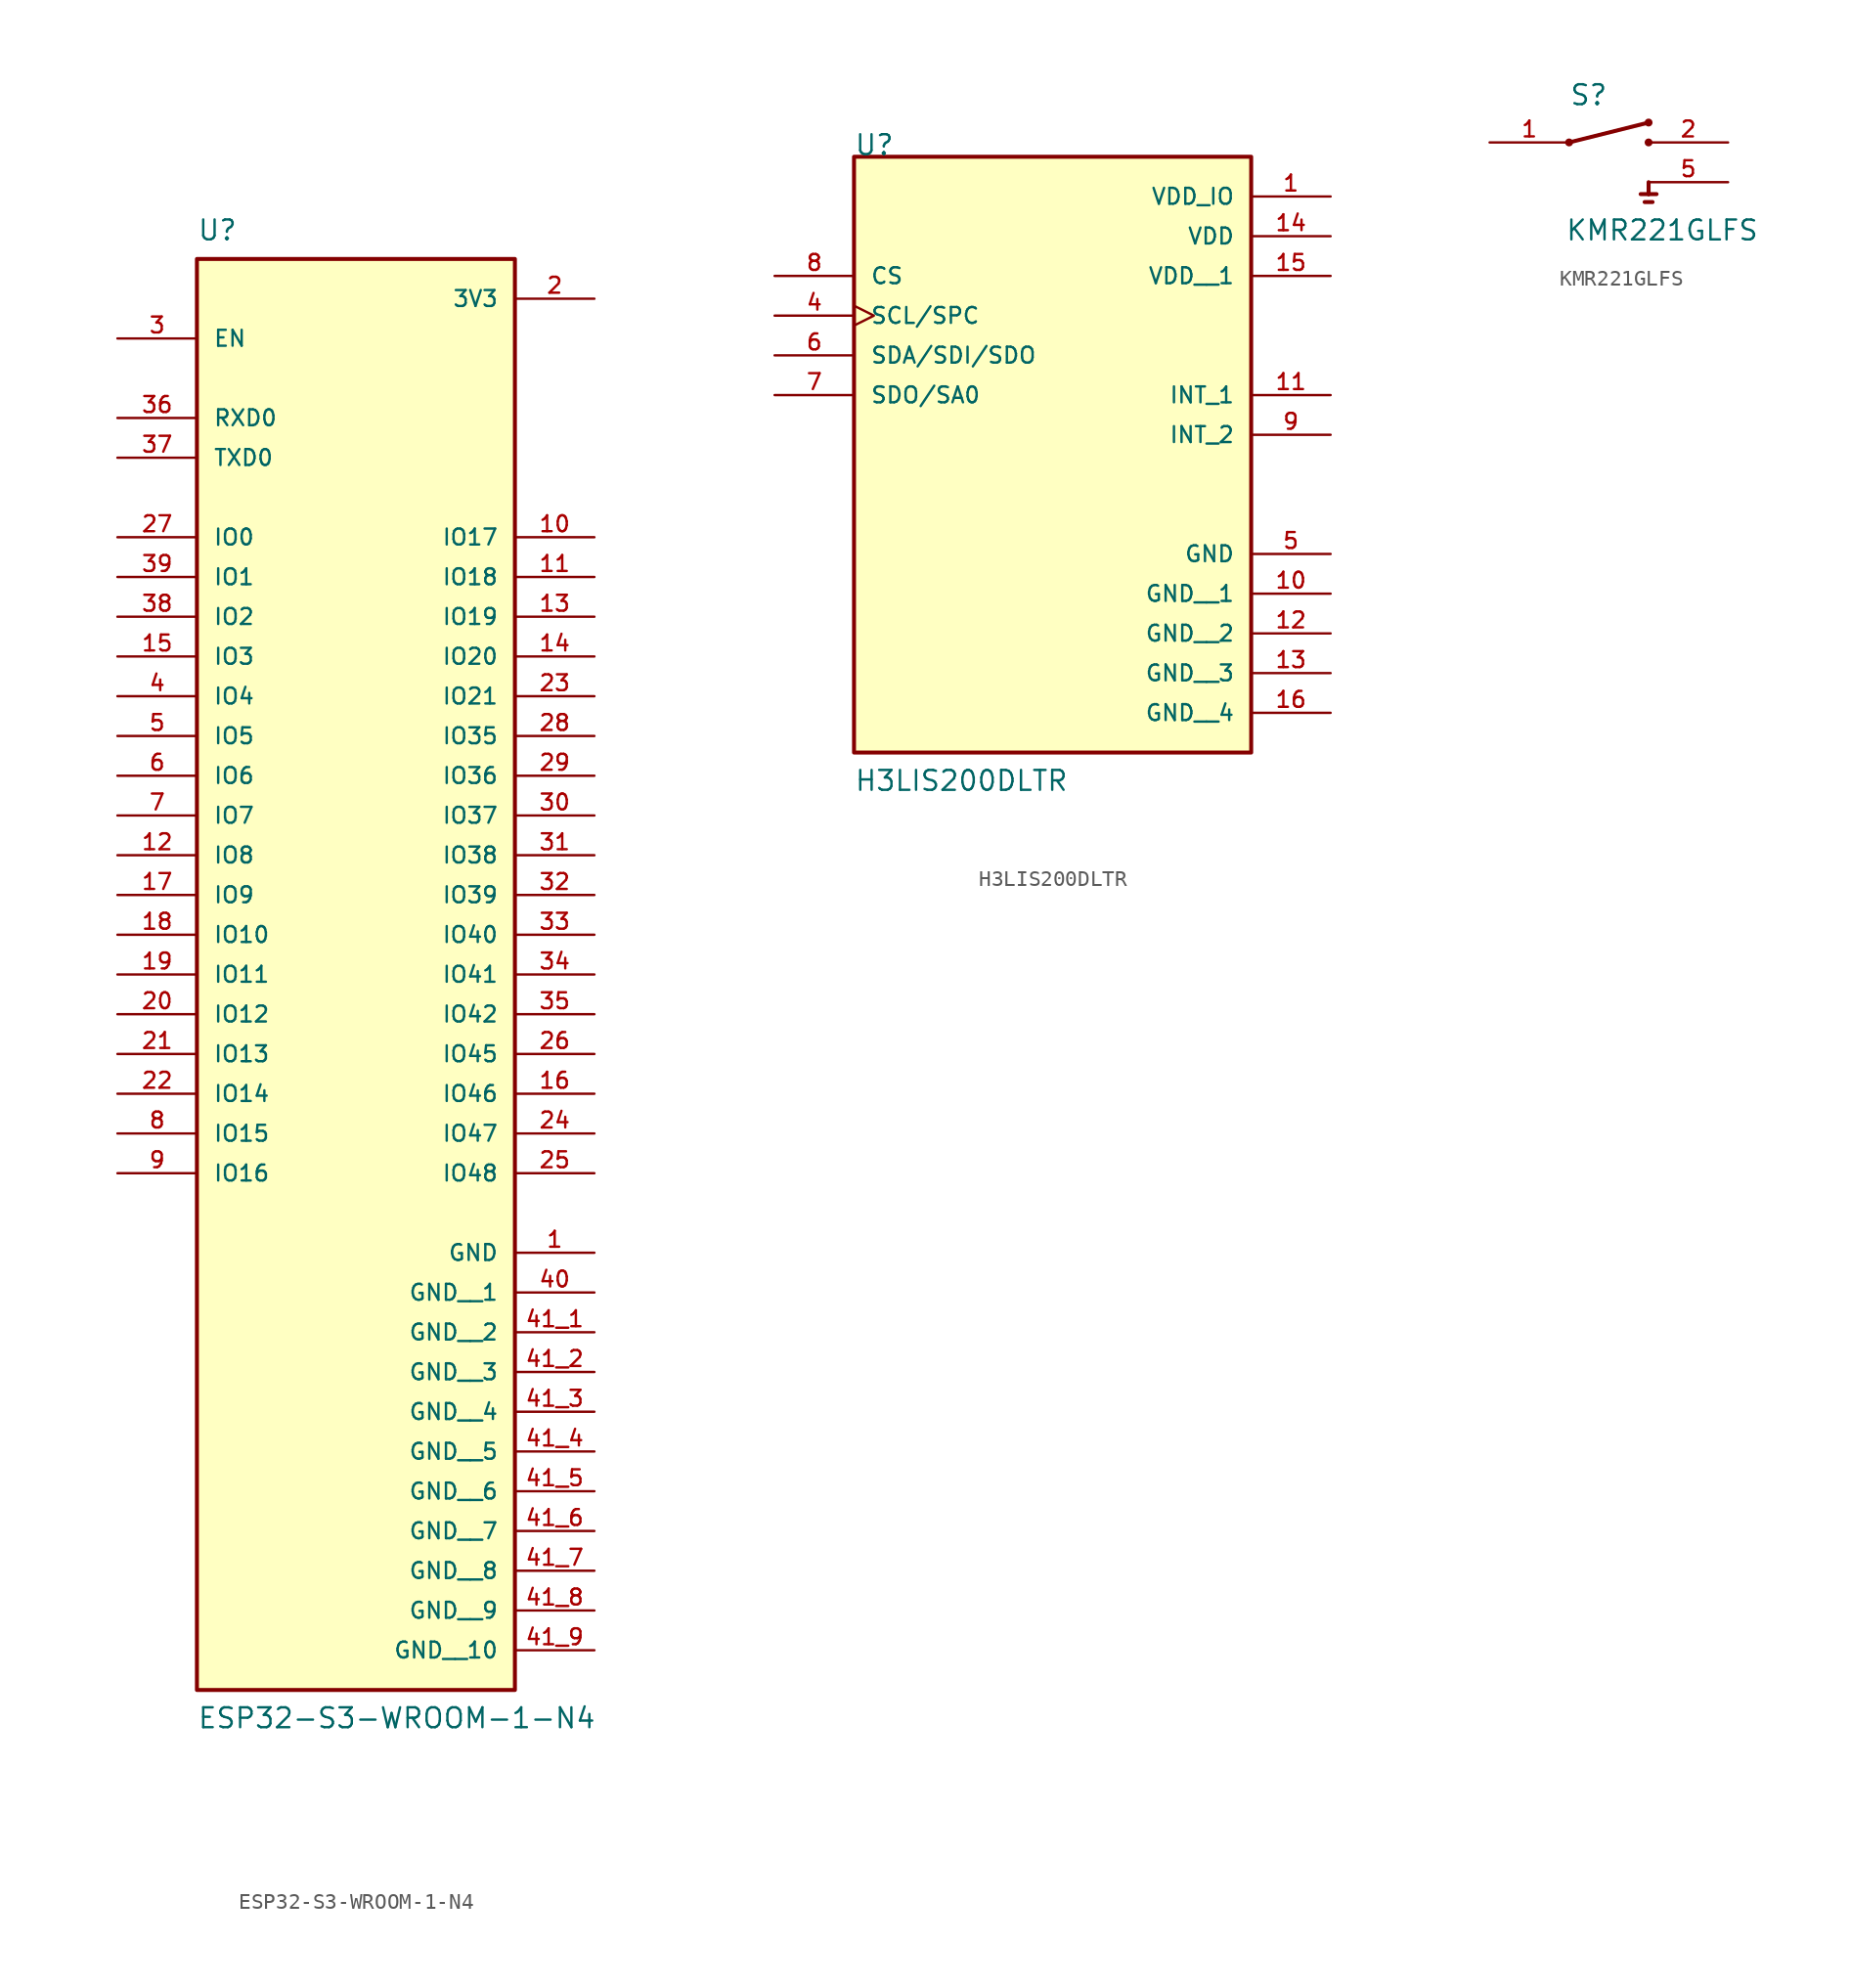
<source format=kicad_sym>
(kicad_symbol_lib
  (version 20241209)
  (generator "kicad_symbol_editor")
  (generator_version "9.0")
  (symbol "ESP32-S3-WROOM-1-N4"
    (pin_names
      (offset 1.016))
    (property "Reference" "U"
      (at -10.16 34.112 0)
      (effects (font (size 1.27 1.27)) (justify left bottom)))
    (property "Value" "ESP32-S3-WROOM-1-N4"
      (at -10.16 -60.96 0)
      (effects (font (size 1.27 1.27)) (justify left bottom)))
    (symbol "ESP32-S3-WROOM-1-N4_0_0"
      (rectangle (start -10.16 -58.42) (end 10.16 33.02) (stroke (width 0.254) (type default)) (fill (type background)))
      (pin input line (at -15.24 27.94 0) (length 5.08) (name "EN" (effects (font (size 1.016 1.016)))) (number "3" (effects (font (size 1.016 1.016)))))
      (pin bidirectional line (at -15.24 22.86 0) (length 5.08) (name "RXD0" (effects (font (size 1.016 1.016)))) (number "36" (effects (font (size 1.016 1.016)))))
      (pin bidirectional line (at -15.24 20.32 0) (length 5.08) (name "TXD0" (effects (font (size 1.016 1.016)))) (number "37" (effects (font (size 1.016 1.016)))))
      (pin bidirectional line (at -15.24 15.24 0) (length 5.08) (name "IO0" (effects (font (size 1.016 1.016)))) (number "27" (effects (font (size 1.016 1.016)))))
      (pin bidirectional line (at -15.24 12.7 0) (length 5.08) (name "IO1" (effects (font (size 1.016 1.016)))) (number "39" (effects (font (size 1.016 1.016)))))
      (pin bidirectional line (at -15.24 10.16 0) (length 5.08) (name "IO2" (effects (font (size 1.016 1.016)))) (number "38" (effects (font (size 1.016 1.016)))))
      (pin bidirectional line (at -15.24 7.62 0) (length 5.08) (name "IO3" (effects (font (size 1.016 1.016)))) (number "15" (effects (font (size 1.016 1.016)))))
      (pin bidirectional line (at -15.24 5.08 0) (length 5.08) (name "IO4" (effects (font (size 1.016 1.016)))) (number "4" (effects (font (size 1.016 1.016)))))
      (pin bidirectional line (at -15.24 2.54 0) (length 5.08) (name "IO5" (effects (font (size 1.016 1.016)))) (number "5" (effects (font (size 1.016 1.016)))))
      (pin bidirectional line (at -15.24 0 0) (length 5.08) (name "IO6" (effects (font (size 1.016 1.016)))) (number "6" (effects (font (size 1.016 1.016)))))
      (pin bidirectional line (at -15.24 -2.54 0) (length 5.08) (name "IO7" (effects (font (size 1.016 1.016)))) (number "7" (effects (font (size 1.016 1.016)))))
      (pin bidirectional line (at -15.24 -5.08 0) (length 5.08) (name "IO8" (effects (font (size 1.016 1.016)))) (number "12" (effects (font (size 1.016 1.016)))))
      (pin bidirectional line (at -15.24 -7.62 0) (length 5.08) (name "IO9" (effects (font (size 1.016 1.016)))) (number "17" (effects (font (size 1.016 1.016)))))
      (pin bidirectional line (at -15.24 -10.16 0) (length 5.08) (name "IO10" (effects (font (size 1.016 1.016)))) (number "18" (effects (font (size 1.016 1.016)))))
      (pin bidirectional line (at -15.24 -12.7 0) (length 5.08) (name "IO11" (effects (font (size 1.016 1.016)))) (number "19" (effects (font (size 1.016 1.016)))))
      (pin bidirectional line (at -15.24 -15.24 0) (length 5.08) (name "IO12" (effects (font (size 1.016 1.016)))) (number "20" (effects (font (size 1.016 1.016)))))
      (pin bidirectional line (at -15.24 -17.78 0) (length 5.08) (name "IO13" (effects (font (size 1.016 1.016)))) (number "21" (effects (font (size 1.016 1.016)))))
      (pin bidirectional line (at -15.24 -20.32 0) (length 5.08) (name "IO14" (effects (font (size 1.016 1.016)))) (number "22" (effects (font (size 1.016 1.016)))))
      (pin bidirectional line (at -15.24 -22.86 0) (length 5.08) (name "IO15" (effects (font (size 1.016 1.016)))) (number "8" (effects (font (size 1.016 1.016)))))
      (pin bidirectional line (at -15.24 -25.4 0) (length 5.08) (name "IO16" (effects (font (size 1.016 1.016)))) (number "9" (effects (font (size 1.016 1.016)))))
      (pin power_in line (at 15.24 30.48 180) (length 5.08) (name "3V3" (effects (font (size 1.016 1.016)))) (number "2" (effects (font (size 1.016 1.016)))))
      (pin bidirectional line (at 15.24 15.24 180) (length 5.08) (name "IO17" (effects (font (size 1.016 1.016)))) (number "10" (effects (font (size 1.016 1.016)))))
      (pin bidirectional line (at 15.24 12.7 180) (length 5.08) (name "IO18" (effects (font (size 1.016 1.016)))) (number "11" (effects (font (size 1.016 1.016)))))
      (pin bidirectional line (at 15.24 10.16 180) (length 5.08) (name "IO19" (effects (font (size 1.016 1.016)))) (number "13" (effects (font (size 1.016 1.016)))))
      (pin bidirectional line (at 15.24 7.62 180) (length 5.08) (name "IO20" (effects (font (size 1.016 1.016)))) (number "14" (effects (font (size 1.016 1.016)))))
      (pin bidirectional line (at 15.24 5.08 180) (length 5.08) (name "IO21" (effects (font (size 1.016 1.016)))) (number "23" (effects (font (size 1.016 1.016)))))
      (pin bidirectional line (at 15.24 2.54 180) (length 5.08) (name "IO35" (effects (font (size 1.016 1.016)))) (number "28" (effects (font (size 1.016 1.016)))))
      (pin bidirectional line (at 15.24 0 180) (length 5.08) (name "IO36" (effects (font (size 1.016 1.016)))) (number "29" (effects (font (size 1.016 1.016)))))
      (pin bidirectional line (at 15.24 -2.54 180) (length 5.08) (name "IO37" (effects (font (size 1.016 1.016)))) (number "30" (effects (font (size 1.016 1.016)))))
      (pin bidirectional line (at 15.24 -5.08 180) (length 5.08) (name "IO38" (effects (font (size 1.016 1.016)))) (number "31" (effects (font (size 1.016 1.016)))))
      (pin bidirectional line (at 15.24 -7.62 180) (length 5.08) (name "IO39" (effects (font (size 1.016 1.016)))) (number "32" (effects (font (size 1.016 1.016)))))
      (pin bidirectional line (at 15.24 -10.16 180) (length 5.08) (name "IO40" (effects (font (size 1.016 1.016)))) (number "33" (effects (font (size 1.016 1.016)))))
      (pin bidirectional line (at 15.24 -12.7 180) (length 5.08) (name "IO41" (effects (font (size 1.016 1.016)))) (number "34" (effects (font (size 1.016 1.016)))))
      (pin bidirectional line (at 15.24 -15.24 180) (length 5.08) (name "IO42" (effects (font (size 1.016 1.016)))) (number "35" (effects (font (size 1.016 1.016)))))
      (pin bidirectional line (at 15.24 -17.78 180) (length 5.08) (name "IO45" (effects (font (size 1.016 1.016)))) (number "26" (effects (font (size 1.016 1.016)))))
      (pin bidirectional line (at 15.24 -20.32 180) (length 5.08) (name "IO46" (effects (font (size 1.016 1.016)))) (number "16" (effects (font (size 1.016 1.016)))))
      (pin bidirectional line (at 15.24 -22.86 180) (length 5.08) (name "IO47" (effects (font (size 1.016 1.016)))) (number "24" (effects (font (size 1.016 1.016)))))
      (pin bidirectional line (at 15.24 -25.4 180) (length 5.08) (name "IO48" (effects (font (size 1.016 1.016)))) (number "25" (effects (font (size 1.016 1.016)))))
      (pin power_in line (at 15.24 -30.48 180) (length 5.08) (name "GND" (effects (font (size 1.016 1.016)))) (number "1" (effects (font (size 1.016 1.016)))))
      (pin power_in line (at 15.24 -33.02 180) (length 5.08) (name "GND__1" (effects (font (size 1.016 1.016)))) (number "40" (effects (font (size 1.016 1.016)))))
      (pin power_in line (at 15.24 -35.56 180) (length 5.08) (name "GND__2" (effects (font (size 1.016 1.016)))) (number "41_1" (effects (font (size 1.016 1.016)))))
      (pin power_in line (at 15.24 -38.1 180) (length 5.08) (name "GND__3" (effects (font (size 1.016 1.016)))) (number "41_2" (effects (font (size 1.016 1.016)))))
      (pin power_in line (at 15.24 -40.64 180) (length 5.08) (name "GND__4" (effects (font (size 1.016 1.016)))) (number "41_3" (effects (font (size 1.016 1.016)))))
      (pin power_in line (at 15.24 -43.18 180) (length 5.08) (name "GND__5" (effects (font (size 1.016 1.016)))) (number "41_4" (effects (font (size 1.016 1.016)))))
      (pin power_in line (at 15.24 -45.72 180) (length 5.08) (name "GND__6" (effects (font (size 1.016 1.016)))) (number "41_5" (effects (font (size 1.016 1.016)))))
      (pin power_in line (at 15.24 -48.26 180) (length 5.08) (name "GND__7" (effects (font (size 1.016 1.016)))) (number "41_6" (effects (font (size 1.016 1.016)))))
      (pin power_in line (at 15.24 -50.8 180) (length 5.08) (name "GND__8" (effects (font (size 1.016 1.016)))) (number "41_7" (effects (font (size 1.016 1.016)))))
      (pin power_in line (at 15.24 -53.34 180) (length 5.08) (name "GND__9" (effects (font (size 1.016 1.016)))) (number "41_8" (effects (font (size 1.016 1.016)))))
      (pin power_in line (at 15.24 -55.88 180) (length 5.08) (name "GND__10" (effects (font (size 1.016 1.016)))) (number "41_9" (effects (font (size 1.016 1.016)))))))
  (symbol "H3LIS200DLTR"
    (pin_names
      (offset 1.016))
    (property "Reference" "U"
      (at -12.709 12.709 0)
      (effects (font (size 1.27 1.27)) (justify left bottom)))
    (property "Value" "H3LIS200DLTR"
      (at -12.704 -27.945 0)
      (effects (font (size 1.27 1.27)) (justify left bottom)))
    (symbol "H3LIS200DLTR_0_0"
      (rectangle (start -12.7 -25.4) (end 12.7 12.7) (stroke (width 0.254) (type default)) (fill (type background)))
      (pin input line (at -17.78 5.08 0) (length 5.08) (name "CS" (effects (font (size 1.016 1.016)))) (number "8" (effects (font (size 1.016 1.016)))))
      (pin input clock (at -17.78 2.54 0) (length 5.08) (name "SCL/SPC" (effects (font (size 1.016 1.016)))) (number "4" (effects (font (size 1.016 1.016)))))
      (pin bidirectional line (at -17.78 0 0) (length 5.08) (name "SDA/SDI/SDO" (effects (font (size 1.016 1.016)))) (number "6" (effects (font (size 1.016 1.016)))))
      (pin output line (at -17.78 -2.54 0) (length 5.08) (name "SDO/SA0" (effects (font (size 1.016 1.016)))) (number "7" (effects (font (size 1.016 1.016)))))
      (pin power_in line (at 17.78 10.16 180) (length 5.08) (name "VDD_IO" (effects (font (size 1.016 1.016)))) (number "1" (effects (font (size 1.016 1.016)))))
      (pin power_in line (at 17.78 7.62 180) (length 5.08) (name "VDD" (effects (font (size 1.016 1.016)))) (number "14" (effects (font (size 1.016 1.016)))))
      (pin power_in line (at 17.78 5.08 180) (length 5.08) (name "VDD__1" (effects (font (size 1.016 1.016)))) (number "15" (effects (font (size 1.016 1.016)))))
      (pin output line (at 17.78 -2.54 180) (length 5.08) (name "INT_1" (effects (font (size 1.016 1.016)))) (number "11" (effects (font (size 1.016 1.016)))))
      (pin output line (at 17.78 -5.08 180) (length 5.08) (name "INT_2" (effects (font (size 1.016 1.016)))) (number "9" (effects (font (size 1.016 1.016)))))
      (pin power_in line (at 17.78 -12.7 180) (length 5.08) (name "GND" (effects (font (size 1.016 1.016)))) (number "5" (effects (font (size 1.016 1.016)))))
      (pin power_in line (at 17.78 -15.24 180) (length 5.08) (name "GND__1" (effects (font (size 1.016 1.016)))) (number "10" (effects (font (size 1.016 1.016)))))
      (pin power_in line (at 17.78 -17.78 180) (length 5.08) (name "GND__2" (effects (font (size 1.016 1.016)))) (number "12" (effects (font (size 1.016 1.016)))))
      (pin power_in line (at 17.78 -20.32 180) (length 5.08) (name "GND__3" (effects (font (size 1.016 1.016)))) (number "13" (effects (font (size 1.016 1.016)))))
      (pin power_in line (at 17.78 -22.86 180) (length 5.08) (name "GND__4" (effects (font (size 1.016 1.016)))) (number "16" (effects (font (size 1.016 1.016)))))))
  (symbol "KMR221GLFS"
    (pin_names
      (offset 1.016))
    (property "Reference" "S"
      (at -2.54 2.286 0)
      (effects (font (size 1.27 1.27)) (justify left bottom)))
    (property "Value" "KMR221GLFS"
      (at -2.797 -6.358 0)
      (effects (font (size 1.27 1.27)) (justify left bottom)))
    (symbol "KMR221GLFS_0_0"
      (circle (center -2.54 0) (radius 0.127) (stroke (width 0.254) (type default)) (fill (type none)))
      (polyline (pts (xy -2.54 0) (xy 2.54 1.27)) (stroke (width 0.254) (type default)) (fill (type none)))
      (polyline (pts (xy 2.286 -3.81) (xy 2.794 -3.81)) (stroke (width 0.254) (type default)) (fill (type none)))
      (circle (center 2.54 1.27) (radius 0.127) (stroke (width 0.254) (type default)) (fill (type none)))
      (circle (center 2.54 0) (radius 0.127) (stroke (width 0.254) (type default)) (fill (type none)))
      (polyline (pts (xy 2.54 -2.54) (xy 2.54 -3.302)) (stroke (width 0.254) (type default)) (fill (type none)))
      (polyline (pts (xy 2.54 -3.302) (xy 2.032 -3.302)) (stroke (width 0.254) (type default)) (fill (type none)))
      (polyline (pts (xy 2.54 -3.302) (xy 3.048 -3.302)) (stroke (width 0.254) (type default)) (fill (type none)))
      (pin passive line (at -7.62 0 0) (length 5.08) (name "~" (effects (font (size 1.016 1.016)))) (number "1" (effects (font (size 1.016 1.016)))))
      (pin passive line (at 7.62 0 180) (length 5.08) (name "~" (effects (font (size 1.016 1.016)))) (number "2" (effects (font (size 1.016 1.016)))))
      (pin passive line (at 7.62 -2.54 180) (length 5.08) (name "~" (effects (font (size 1.016 1.016)))) (number "5" (effects (font (size 1.016 1.016))))))))
</source>
